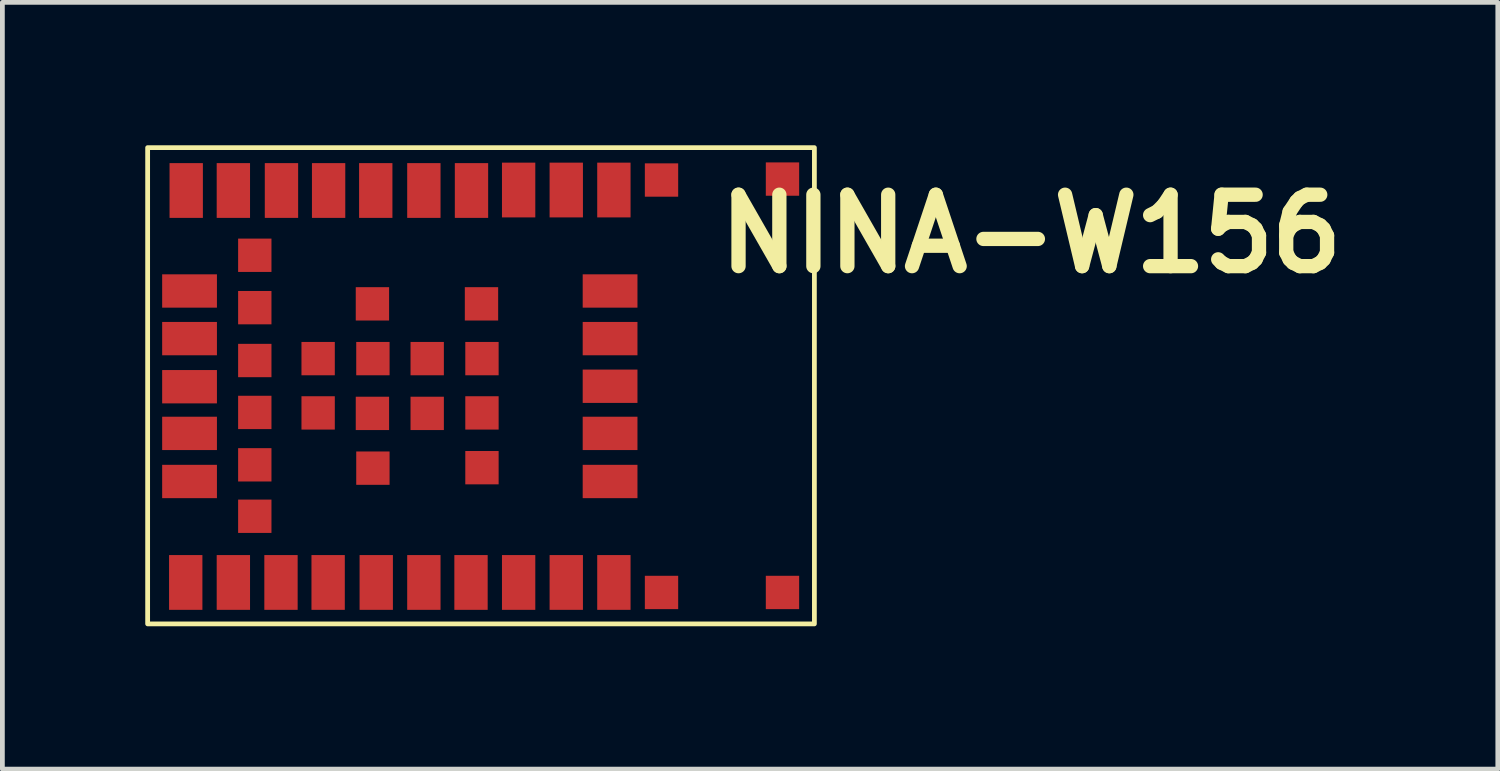
<source format=kicad_pcb>
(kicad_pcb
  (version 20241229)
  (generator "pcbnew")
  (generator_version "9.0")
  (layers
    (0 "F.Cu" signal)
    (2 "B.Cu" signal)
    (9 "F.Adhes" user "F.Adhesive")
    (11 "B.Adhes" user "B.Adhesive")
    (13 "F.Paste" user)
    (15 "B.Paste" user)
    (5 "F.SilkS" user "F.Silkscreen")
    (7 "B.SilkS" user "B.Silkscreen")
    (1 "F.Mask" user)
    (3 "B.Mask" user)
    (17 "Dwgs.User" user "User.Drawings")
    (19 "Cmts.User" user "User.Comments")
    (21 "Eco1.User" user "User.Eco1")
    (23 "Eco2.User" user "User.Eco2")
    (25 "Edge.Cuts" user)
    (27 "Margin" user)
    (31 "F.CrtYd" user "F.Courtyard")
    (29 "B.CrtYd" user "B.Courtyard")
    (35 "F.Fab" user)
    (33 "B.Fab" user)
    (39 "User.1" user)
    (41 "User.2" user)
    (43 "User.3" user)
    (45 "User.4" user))
  (footprint "NINA-W156"
    (layer "F.Cu")
    (at 7.04 5.04)
    (property "Reference" "NINA-W156" (at 11.56 -3.18 0) (layer "F.SilkS") (effects (font (size 1.5 1.5) (thickness 0.3))))
    (attr board_only exclude_from_pos_files exclude_from_bom)
    (fp_poly (pts (xy -4.82 4.131) (xy -4.82 4.741) (xy -5.192 4.741) (xy -5.563 4.741) (xy -5.556 4.138) (xy -5.549 3.576) (xy -5.509 3.576) (xy -5.509 4.132) (xy -5.509 4.688) (xy -5.191 4.688) (xy -4.873 4.688) (xy -4.873 4.132) (xy -4.873 3.576) (xy -5.191 3.576) (xy -5.509 3.576) (xy -5.549 3.576) (xy -5.549 3.536) (xy -5.185 3.529) (xy -4.82 3.521)) (stroke (width 0) (type solid)) (fill yes) (layer "F.Mask"))
    (fp_poly (pts (xy -4.748 -2.007) (xy -4.383 -2) (xy -4.376 -1.622) (xy -4.369 -1.245) (xy -4.74 -1.245) (xy -5.112 -1.245) (xy -5.112 -1.63) (xy -5.112 -1.96) (xy -5.059 -1.96) (xy -5.059 -1.629) (xy -5.059 -1.298) (xy -4.741 -1.298) (xy -4.423 -1.298) (xy -4.423 -1.629) (xy -4.423 -1.96) (xy -4.741 -1.96) (xy -5.059 -1.96) (xy -5.112 -1.96) (xy -5.112 -2.014)) (stroke (width 0) (type solid)) (fill yes) (layer "F.Mask"))
    (fp_poly (pts (xy -4.37 -2.728) (xy -4.37 -2.357) (xy -4.741 -2.357) (xy -5.112 -2.357) (xy -5.112 -2.728) (xy -5.112 -3.046) (xy -5.059 -3.046) (xy -5.059 -2.728) (xy -5.059 -2.41) (xy -4.741 -2.41) (xy -4.423 -2.41) (xy -4.423 -2.728) (xy -4.423 -3.046) (xy -4.741 -3.046) (xy -5.059 -3.046) (xy -5.112 -3.046) (xy -5.112 -3.099) (xy -4.741 -3.099) (xy -4.37 -3.099)) (stroke (width 0) (type solid)) (fill yes) (layer "F.Mask"))
    (fp_poly (pts (xy -4.37 -0.53) (xy -4.37 -0.159) (xy -4.741 -0.159) (xy -5.112 -0.159) (xy -5.112 -0.53) (xy -5.112 -0.848) (xy -5.059 -0.848) (xy -5.059 -0.53) (xy -5.059 -0.212) (xy -4.741 -0.212) (xy -4.423 -0.212) (xy -4.423 -0.53) (xy -4.423 -0.848) (xy -4.741 -0.848) (xy -5.059 -0.848) (xy -5.112 -0.848) (xy -5.112 -0.901) (xy -4.741 -0.901) (xy -4.37 -0.901)) (stroke (width 0) (type solid)) (fill yes) (layer "F.Mask"))
    (fp_poly (pts (xy -4.191 3.529) (xy -3.827 3.536) (xy -3.827 4.132) (xy -3.827 4.728) (xy -4.191 4.735) (xy -4.556 4.742) (xy -4.556 4.132) (xy -4.556 3.576) (xy -4.503 3.576) (xy -4.503 4.131) (xy -4.503 4.686) (xy -4.185 4.686) (xy -3.867 4.686) (xy -3.867 4.131) (xy -3.867 3.576) (xy -4.185 3.576) (xy -4.503 3.576) (xy -4.556 3.576) (xy -4.556 3.521)) (stroke (width 0) (type solid)) (fill yes) (layer "F.Mask"))
    (fp_poly (pts (xy -3.046 -0.556) (xy -3.046 -0.185) (xy -3.417 -0.185) (xy -3.787 -0.185) (xy -3.787 -0.556) (xy -3.787 -0.874) (xy -3.735 -0.874) (xy -3.735 -0.556) (xy -3.735 -0.238) (xy -3.417 -0.238) (xy -3.099 -0.238) (xy -3.099 -0.556) (xy -3.099 -0.874) (xy -3.417 -0.874) (xy -3.735 -0.874) (xy -3.787 -0.874) (xy -3.787 -0.927) (xy -3.417 -0.927) (xy -3.046 -0.927)) (stroke (width 0) (type solid)) (fill yes) (layer "F.Mask"))
    (fp_poly (pts (xy -2.271 -0.921) (xy -1.894 -0.914) (xy -1.894 -0.556) (xy -1.894 -0.199) (xy -2.271 -0.191) (xy -2.649 -0.184) (xy -2.649 -0.556) (xy -2.649 -0.874) (xy -2.596 -0.874) (xy -2.596 -0.556) (xy -2.596 -0.238) (xy -2.265 -0.238) (xy -1.933 -0.238) (xy -1.933 -0.556) (xy -1.933 -0.874) (xy -2.265 -0.874) (xy -2.596 -0.874) (xy -2.649 -0.874) (xy -2.649 -0.928)) (stroke (width 0) (type solid)) (fill yes) (layer "F.Mask"))
    (fp_poly (pts (xy -1.894 1.735) (xy -1.894 2.106) (xy -2.272 2.113) (xy -2.65 2.12) (xy -2.643 1.742) (xy -2.636 1.404) (xy -2.596 1.404) (xy -2.596 1.735) (xy -2.596 2.066) (xy -2.265 2.066) (xy -1.933 2.066) (xy -1.933 1.735) (xy -1.933 1.404) (xy -2.265 1.404) (xy -2.596 1.404) (xy -2.636 1.404) (xy -2.635 1.364) (xy -2.265 1.364) (xy -1.894 1.364)) (stroke (width 0) (type solid)) (fill yes) (layer "F.Mask"))
    (fp_poly (pts (xy -1.886 -1.702) (xy -1.894 -1.338) (xy -2.271 -1.33) (xy -2.649 -1.323) (xy -2.649 -1.694) (xy -2.649 -2.039) (xy -2.596 -2.039) (xy -2.596 -1.708) (xy -2.596 -1.377) (xy -2.265 -1.377) (xy -1.933 -1.377) (xy -1.933 -1.708) (xy -1.933 -2.039) (xy -2.265 -2.039) (xy -2.596 -2.039) (xy -2.649 -2.039) (xy -2.649 -2.066) (xy -2.264 -2.066) (xy -1.879 -2.066)) (stroke (width 0) (type solid)) (fill yes) (layer "F.Mask"))
    (fp_poly (pts (xy -1.886 0.589) (xy -1.879 0.953) (xy -2.265 0.953) (xy -2.65 0.953) (xy -2.643 0.589) (xy -2.636 0.265) (xy -2.596 0.265) (xy -2.596 0.596) (xy -2.596 0.927) (xy -2.265 0.927) (xy -1.933 0.927) (xy -1.933 0.596) (xy -1.933 0.265) (xy -2.265 0.265) (xy -2.596 0.265) (xy -2.636 0.265) (xy -2.635 0.225) (xy -2.265 0.225) (xy -1.894 0.225)) (stroke (width 0) (type solid)) (fill yes) (layer "F.Mask"))
    (fp_poly (pts (xy -1.828 -4.092) (xy -1.828 -3.496) (xy -2.198 -3.496) (xy -2.569 -3.496) (xy -2.569 -4.092) (xy -2.569 -4.635) (xy -2.516 -4.635) (xy -2.516 -4.092) (xy -2.516 -3.549) (xy -2.198 -3.549) (xy -1.881 -3.549) (xy -1.881 -4.092) (xy -1.881 -4.635) (xy -2.198 -4.635) (xy -2.516 -4.635) (xy -2.569 -4.635) (xy -2.569 -4.688) (xy -2.198 -4.688) (xy -1.828 -4.688)) (stroke (width 0) (type solid)) (fill yes) (layer "F.Mask"))
    (fp_poly (pts (xy -0.834 4.132) (xy -0.834 4.728) (xy -1.199 4.735) (xy -1.564 4.742) (xy -1.557 4.139) (xy -1.55 3.576) (xy -1.51 3.576) (xy -1.51 4.132) (xy -1.51 4.688) (xy -1.192 4.688) (xy -0.874 4.688) (xy -0.874 4.132) (xy -0.874 3.576) (xy -1.192 3.576) (xy -1.51 3.576) (xy -1.55 3.576) (xy -1.549 3.536) (xy -1.192 3.536) (xy -0.834 3.536)) (stroke (width 0) (type solid)) (fill yes) (layer "F.Mask"))
    (fp_poly (pts (xy -0.821 -4.092) (xy -0.821 -3.496) (xy -1.192 -3.496) (xy -1.563 -3.496) (xy -1.563 -4.092) (xy -1.563 -4.635) (xy -1.51 -4.635) (xy -1.51 -4.092) (xy -1.51 -3.549) (xy -1.192 -3.549) (xy -0.874 -3.549) (xy -0.874 -4.092) (xy -0.874 -4.635) (xy -1.192 -4.635) (xy -1.51 -4.635) (xy -1.563 -4.635) (xy -1.563 -4.688) (xy -1.192 -4.688) (xy -0.821 -4.688)) (stroke (width 0) (type solid)) (fill yes) (layer "F.Mask"))
    (fp_poly (pts (xy -0.742 -0.556) (xy -0.742 -0.185) (xy -1.112 -0.185) (xy -1.483 -0.185) (xy -1.483 -0.556) (xy -1.483 -0.874) (xy -1.457 -0.874) (xy -1.457 -0.556) (xy -1.457 -0.238) (xy -1.126 -0.238) (xy -0.795 -0.238) (xy -0.795 -0.556) (xy -0.795 -0.874) (xy -1.126 -0.874) (xy -1.457 -0.874) (xy -1.483 -0.874) (xy -1.483 -0.927) (xy -1.112 -0.927) (xy -0.742 -0.927)) (stroke (width 0) (type solid)) (fill yes) (layer "F.Mask"))
    (fp_poly (pts (xy 0.397 -0.556) (xy 0.397 -0.185) (xy 0.026 -0.185) (xy -0.344 -0.185) (xy -0.344 -0.556) (xy -0.344 -0.874) (xy -0.291 -0.874) (xy -0.291 -0.556) (xy -0.291 -0.238) (xy 0.026 -0.238) (xy 0.344 -0.238) (xy 0.344 -0.556) (xy 0.344 -0.874) (xy 0.026 -0.874) (xy -0.291 -0.874) (xy -0.344 -0.874) (xy -0.344 -0.927) (xy 0.026 -0.927) (xy 0.397 -0.927)) (stroke (width 0) (type solid)) (fill yes) (layer "F.Mask"))
    (fp_poly (pts (xy 1.165 -4.092) (xy 1.165 -3.496) (xy 0.795 -3.496) (xy 0.424 -3.496) (xy 0.424 -4.092) (xy 0.424 -4.635) (xy 0.477 -4.635) (xy 0.477 -4.092) (xy 0.477 -3.549) (xy 0.808 -3.549) (xy 1.139 -3.549) (xy 1.139 -4.092) (xy 1.139 -4.635) (xy 0.808 -4.635) (xy 0.477 -4.635) (xy 0.424 -4.635) (xy 0.424 -4.688) (xy 0.795 -4.688) (xy 1.165 -4.688)) (stroke (width 0) (type solid)) (fill yes) (layer "F.Mask"))
    (fp_poly (pts (xy 2.166 4.138) (xy 2.173 4.741) (xy 1.801 4.741) (xy 1.429 4.741) (xy 1.436 4.138) (xy 1.443 3.576) (xy 1.483 3.576) (xy 1.483 4.132) (xy 1.483 4.688) (xy 1.801 4.688) (xy 2.119 4.688) (xy 2.119 4.132) (xy 2.119 3.576) (xy 1.801 3.576) (xy 1.483 3.576) (xy 1.443 3.576) (xy 1.443 3.536) (xy 1.801 3.536) (xy 2.159 3.536)) (stroke (width 0) (type solid)) (fill yes) (layer "F.Mask"))
    (fp_poly (pts (xy 2.801 3.529) (xy 3.165 3.536) (xy 3.165 4.132) (xy 3.165 4.728) (xy 2.801 4.735) (xy 2.437 4.742) (xy 2.437 4.132) (xy 2.437 3.576) (xy 2.463 3.576) (xy 2.463 4.132) (xy 2.463 4.688) (xy 2.794 4.688) (xy 3.125 4.688) (xy 3.125 4.132) (xy 3.125 3.576) (xy 2.794 3.576) (xy 2.463 3.576) (xy 2.437 3.576) (xy 2.437 3.521)) (stroke (width 0) (type solid)) (fill yes) (layer "F.Mask"))
    (fp_poly (pts (xy 3.178 -4.092) (xy 3.178 -3.496) (xy 2.808 -3.496) (xy 2.437 -3.496) (xy 2.437 -4.092) (xy 2.437 -4.635) (xy 2.463 -4.635) (xy 2.463 -4.092) (xy 2.463 -3.549) (xy 2.794 -3.549) (xy 3.125 -3.549) (xy 3.125 -4.092) (xy 3.125 -4.635) (xy 2.794 -4.635) (xy 2.463 -4.635) (xy 2.437 -4.635) (xy 2.437 -4.688) (xy 2.808 -4.688) (xy 3.178 -4.688)) (stroke (width 0) (type solid)) (fill yes) (layer "F.Mask"))
    (fp_poly (pts (xy 3.311 1.006) (xy 3.311 1.377) (xy 2.714 1.377) (xy 2.117 1.377) (xy 2.125 1.013) (xy 2.131 0.689) (xy 2.172 0.689) (xy 2.172 1.02) (xy 2.172 1.352) (xy 2.721 1.345) (xy 3.271 1.338) (xy 3.278 1.013) (xy 3.286 0.689) (xy 2.729 0.689) (xy 2.172 0.689) (xy 2.131 0.689) (xy 2.132 0.649) (xy 2.721 0.642) (xy 3.311 0.635)) (stroke (width 0) (type solid)) (fill yes) (layer "F.Mask"))
    (fp_poly (pts (xy 3.311 2.013) (xy 3.311 2.384) (xy 2.715 2.384) (xy 2.119 2.384) (xy 2.119 2.013) (xy 2.119 1.695) (xy 2.172 1.695) (xy 2.172 2.013) (xy 2.172 2.331) (xy 2.728 2.331) (xy 3.284 2.331) (xy 3.284 2.013) (xy 3.284 1.695) (xy 2.728 1.695) (xy 2.172 1.695) (xy 2.119 1.695) (xy 2.119 1.642) (xy 2.715 1.642) (xy 3.311 1.642)) (stroke (width 0) (type solid)) (fill yes) (layer "F.Mask"))
    (fp_poly (pts (xy -5.509 -0.98) (xy -5.509 -0.609) (xy -6.103 -0.609) (xy -6.697 -0.609) (xy -6.705 -0.795) (xy -6.709 -0.927) (xy -6.708 -1.074) (xy -6.705 -1.165) (xy -6.699 -1.298) (xy -6.672 -1.298) (xy -6.672 -0.98) (xy -6.672 -0.662) (xy -6.117 -0.662) (xy -5.562 -0.662) (xy -5.562 -0.98) (xy -5.562 -1.298) (xy -6.117 -1.298) (xy -6.672 -1.298) (xy -6.699 -1.298) (xy -6.697 -1.351) (xy -6.103 -1.351) (xy -5.509 -1.351)) (stroke (width 0) (type solid)) (fill yes) (layer "F.Mask"))
    (fp_poly (pts (xy -5.505 -0.159) (xy -5.501 -0.026) (xy -5.502 0.12) (xy -5.505 0.212) (xy -5.513 0.397) (xy -6.107 0.397) (xy -6.701 0.397) (xy -6.701 0.344) (xy -6.673 0.344) (xy -6.118 0.344) (xy -5.562 0.344) (xy -5.562 0.013) (xy -5.562 -0.319) (xy -6.112 -0.312) (xy -6.661 -0.305) (xy -6.667 0.02) (xy -6.673 0.344) (xy -6.701 0.344) (xy -6.701 0.026) (xy -6.701 -0.344) (xy -6.107 -0.344) (xy -5.513 -0.344)) (stroke (width 0) (type solid)) (fill yes) (layer "F.Mask"))
    (fp_poly (pts (xy -4.82 -4.092) (xy -4.82 -3.496) (xy -5.191 -3.496) (xy -5.562 -3.496) (xy -5.562 -3.549) (xy -5.509 -3.549) (xy -5.191 -3.549) (xy -4.873 -3.549) (xy -4.873 -4.089) (xy -4.873 -4.628) (xy -5.013 -4.64) (xy -5.117 -4.644) (xy -5.243 -4.644) (xy -5.331 -4.64) (xy -5.509 -4.629) (xy -5.509 -4.089) (xy -5.509 -3.549) (xy -5.562 -3.549) (xy -5.562 -4.092) (xy -5.562 -4.688) (xy -5.191 -4.688) (xy -4.82 -4.688)) (stroke (width 0) (type solid)) (fill yes) (layer "F.Mask"))
    (fp_poly (pts (xy -4.366 1.483) (xy -4.362 1.616) (xy -4.363 1.762) (xy -4.366 1.854) (xy -4.375 2.039) (xy -4.743 2.039) (xy -5.112 2.039) (xy -5.112 1.669) (xy -5.112 1.351) (xy -5.059 1.351) (xy -5.059 1.669) (xy -5.059 1.986) (xy -4.741 1.986) (xy -4.423 1.986) (xy -4.423 1.669) (xy -4.423 1.351) (xy -4.741 1.351) (xy -5.059 1.351) (xy -5.112 1.351) (xy -5.112 1.298) (xy -4.743 1.298) (xy -4.375 1.298)) (stroke (width 0) (type solid)) (fill yes) (layer "F.Mask"))
    (fp_poly (pts (xy -4.366 2.576) (xy -4.362 2.707) (xy -4.362 2.85) (xy -4.365 2.947) (xy -4.373 3.125) (xy -4.742 3.125) (xy -5.112 3.125) (xy -5.112 2.755) (xy -5.112 2.437) (xy -5.059 2.437) (xy -5.059 2.755) (xy -5.059 3.072) (xy -4.741 3.072) (xy -4.423 3.072) (xy -4.423 2.755) (xy -4.423 2.437) (xy -4.741 2.437) (xy -5.059 2.437) (xy -5.112 2.437) (xy -5.112 2.384) (xy -4.743 2.384) (xy -4.374 2.384)) (stroke (width 0) (type solid)) (fill yes) (layer "F.Mask"))
    (fp_poly (pts (xy 3.315 -1.165) (xy 3.319 -1.033) (xy 3.318 -0.886) (xy 3.315 -0.795) (xy 3.306 -0.609) (xy 2.713 -0.609) (xy 2.119 -0.609) (xy 2.119 -0.98) (xy 2.119 -1.298) (xy 2.172 -1.298) (xy 2.172 -0.98) (xy 2.172 -0.662) (xy 2.728 -0.662) (xy 3.284 -0.662) (xy 3.284 -0.98) (xy 3.284 -1.298) (xy 2.728 -1.298) (xy 2.172 -1.298) (xy 2.119 -1.298) (xy 2.119 -1.351) (xy 2.713 -1.351) (xy 3.306 -1.351)) (stroke (width 0) (type solid)) (fill yes) (layer "F.Mask"))
    (fp_poly (pts (xy 3.318 -2.152) (xy 3.315 -2.023) (xy 3.313 -1.887) (xy 3.312 -1.781) (xy 3.311 -1.616) (xy 2.715 -1.616) (xy 2.119 -1.616) (xy 2.119 -1.986) (xy 2.119 -2.304) (xy 2.172 -2.304) (xy 2.172 -1.973) (xy 2.172 -1.642) (xy 2.727 -1.642) (xy 3.282 -1.642) (xy 3.282 -1.973) (xy 3.282 -2.304) (xy 2.727 -2.304) (xy 2.172 -2.304) (xy 2.119 -2.304) (xy 2.119 -2.357) (xy 2.721 -2.357) (xy 3.324 -2.357)) (stroke (width 0) (type solid)) (fill yes) (layer "F.Mask"))
    (fp_poly (pts (xy 3.893 -4.696) (xy 3.993 -4.693) (xy 4.186 -4.686) (xy 4.179 -4.323) (xy 4.172 -3.96) (xy 3.794 -3.952) (xy 3.417 -3.945) (xy 3.417 -4.314) (xy 3.417 -4.635) (xy 3.47 -4.635) (xy 3.47 -4.317) (xy 3.47 -3.999) (xy 3.801 -3.999) (xy 4.132 -3.999) (xy 4.132 -4.317) (xy 4.132 -4.635) (xy 3.801 -4.635) (xy 3.47 -4.635) (xy 3.417 -4.635) (xy 3.417 -4.684) (xy 3.609 -4.693) (xy 3.743 -4.696)) (stroke (width 0) (type solid)) (fill yes) (layer "F.Mask"))
    (fp_poly (pts (xy -5.509 -1.986) (xy -5.509 -1.616) (xy -6.103 -1.616) (xy -6.697 -1.616) (xy -6.706 -1.834) (xy -6.709 -1.962) (xy -6.709 -2.093) (xy -6.707 -2.199) (xy -6.706 -2.205) (xy -6.701 -2.304) (xy -6.674 -2.304) (xy -6.674 -1.973) (xy -6.674 -1.642) (xy -6.118 -1.642) (xy -5.562 -1.642) (xy -5.562 -1.973) (xy -5.562 -2.304) (xy -6.118 -2.304) (xy -6.674 -2.304) (xy -6.701 -2.304) (xy -6.698 -2.357) (xy -6.104 -2.357) (xy -5.509 -2.357)) (stroke (width 0) (type solid)) (fill yes) (layer "F.Mask"))
    (fp_poly (pts (xy -3.046 0.583) (xy -3.046 0.953) (xy -3.203 0.953) (xy -3.293 0.955) (xy -3.365 0.958) (xy -3.395 0.961) (xy -3.438 0.964) (xy -3.517 0.964) (xy -3.609 0.96) (xy -3.787 0.951) (xy -3.787 0.581) (xy -3.787 0.265) (xy -3.735 0.265) (xy -3.735 0.596) (xy -3.735 0.927) (xy -3.417 0.927) (xy -3.099 0.927) (xy -3.099 0.596) (xy -3.099 0.265) (xy -3.417 0.265) (xy -3.735 0.265) (xy -3.787 0.265) (xy -3.787 0.212) (xy -3.417 0.212) (xy -3.046 0.212)) (stroke (width 0) (type solid)) (fill yes) (layer "F.Mask"))
    (fp_poly (pts (xy 0.397 1.549) (xy 0.403 1.68) (xy 0.404 1.827) (xy 0.402 1.925) (xy 0.393 2.115) (xy 0.203 2.123) (xy 0.072 2.127) (xy -0.071 2.127) (xy -0.166 2.124) (xy -0.346 2.116) (xy -0.338 1.74) (xy -0.332 1.404) (xy -0.291 1.404) (xy -0.291 1.733) (xy -0.291 2.063) (xy 0.026 2.063) (xy 0.342 2.063) (xy 0.342 1.733) (xy 0.342 1.404) (xy 0.026 1.404) (xy -0.291 1.404) (xy -0.332 1.404) (xy -0.331 1.364) (xy 0.026 1.364) (xy 0.384 1.364)) (stroke (width 0) (type solid)) (fill yes) (layer "F.Mask"))
    (fp_poly (pts (xy -5.509 1.006) (xy -5.509 1.377) (xy -6.105 1.377) (xy -6.701 1.377) (xy -6.701 1.006) (xy -6.701 0.689) (xy -6.674 0.689) (xy -6.674 1.002) (xy -6.673 1.126) (xy -6.669 1.23) (xy -6.664 1.303) (xy -6.657 1.333) (xy -6.626 1.338) (xy -6.551 1.343) (xy -6.439 1.347) (xy -6.298 1.35) (xy -6.138 1.351) (xy -6.101 1.351) (xy -5.562 1.351) (xy -5.562 1.02) (xy -5.562 0.689) (xy -6.118 0.689) (xy -6.674 0.689) (xy -6.701 0.689) (xy -6.701 0.636) (xy -6.105 0.636) (xy -5.509 0.636)) (stroke (width 0) (type solid)) (fill yes) (layer "F.Mask"))
    (fp_poly (pts (xy -4.74 0.189) (xy -4.369 0.195) (xy -4.376 0.568) (xy -4.383 0.94) (xy -4.729 0.948) (xy -4.86 0.949) (xy -4.97 0.948) (xy -5.051 0.944) (xy -5.091 0.938) (xy -5.093 0.937) (xy -5.1 0.905) (xy -5.106 0.83) (xy -5.11 0.723) (xy -5.112 0.593) (xy -5.112 0.55) (xy -5.112 0.238) (xy -5.059 0.238) (xy -5.059 0.569) (xy -5.059 0.901) (xy -4.741 0.901) (xy -4.423 0.901) (xy -4.423 0.569) (xy -4.423 0.238) (xy -4.741 0.238) (xy -5.059 0.238) (xy -5.112 0.238) (xy -5.112 0.182)) (stroke (width 0) (type solid)) (fill yes) (layer "F.Mask"))
    (fp_poly (pts (xy 0.397 0.382) (xy 0.403 0.491) (xy 0.418 0.554) (xy 0.43 0.567) (xy 0.45 0.585) (xy 0.43 0.598) (xy 0.41 0.635) (xy 0.399 0.721) (xy 0.397 0.784) (xy 0.397 0.953) (xy 0.026 0.953) (xy -0.344 0.953) (xy -0.344 0.583) (xy -0.344 0.265) (xy -0.291 0.265) (xy -0.291 0.596) (xy -0.291 0.927) (xy 0.026 0.927) (xy 0.344 0.927) (xy 0.344 0.596) (xy 0.344 0.265) (xy 0.026 0.265) (xy -0.291 0.265) (xy -0.344 0.265) (xy -0.344 0.212) (xy 0.026 0.212) (xy 0.397 0.212)) (stroke (width 0) (type solid)) (fill yes) (layer "F.Mask"))
    (fp_poly (pts (xy 2.068 -4.692) (xy 2.14 -4.684) (xy 2.163 -4.674) (xy 2.165 -4.641) (xy 2.167 -4.562) (xy 2.168 -4.447) (xy 2.168 -4.303) (xy 2.167 -4.138) (xy 2.166 -4.065) (xy 2.159 -3.483) (xy 1.794 -3.49) (xy 1.43 -3.498) (xy 1.43 -4.091) (xy 1.43 -4.635) (xy 1.483 -4.635) (xy 1.483 -4.092) (xy 1.483 -3.549) (xy 1.801 -3.549) (xy 2.119 -3.549) (xy 2.119 -4.092) (xy 2.119 -4.635) (xy 1.801 -4.635) (xy 1.483 -4.635) (xy 1.43 -4.635) (xy 1.43 -4.685) (xy 1.791 -4.693) (xy 1.951 -4.695)) (stroke (width 0) (type solid)) (fill yes) (layer "F.Mask"))
    (fp_poly (pts (xy 4.172 4.357) (xy 4.172 4.728) (xy 3.807 4.735) (xy 3.653 4.737) (xy 3.546 4.735) (xy 3.477 4.73) (xy 3.44 4.719) (xy 3.429 4.707) (xy 3.424 4.669) (xy 3.421 4.588) (xy 3.421 4.477) (xy 3.422 4.347) (xy 3.422 4.329) (xy 3.429 4.026) (xy 3.47 4.026) (xy 3.47 4.357) (xy 3.47 4.688) (xy 3.801 4.688) (xy 4.132 4.688) (xy 4.132 4.357) (xy 4.132 4.026) (xy 3.801 4.026) (xy 3.47 4.026) (xy 3.429 4.026) (xy 3.43 3.986) (xy 3.801 3.986) (xy 4.172 3.986)) (stroke (width 0) (type solid)) (fill yes) (layer "F.Mask"))
    (fp_poly (pts (xy 6.714 4.357) (xy 6.714 4.728) (xy 6.349 4.735) (xy 6.196 4.737) (xy 6.089 4.735) (xy 6.02 4.73) (xy 5.983 4.719) (xy 5.971 4.707) (xy 5.967 4.669) (xy 5.964 4.588) (xy 5.963 4.477) (xy 5.965 4.347) (xy 5.965 4.329) (xy 5.972 4.026) (xy 6.012 4.026) (xy 6.012 4.357) (xy 6.012 4.688) (xy 6.343 4.688) (xy 6.674 4.688) (xy 6.674 4.357) (xy 6.674 4.026) (xy 6.343 4.026) (xy 6.012 4.026) (xy 5.972 4.026) (xy 5.973 3.986) (xy 6.343 3.986) (xy 6.714 3.986)) (stroke (width 0) (type solid)) (fill yes) (layer "F.Mask"))
    (fp_poly (pts (xy 6.727 -4.317) (xy 6.727 -3.946) (xy 6.361 -3.946) (xy 6.227 -3.948) (xy 6.112 -3.951) (xy 6.027 -3.956) (xy 5.981 -3.962) (xy 5.977 -3.964) (xy 5.97 -3.996) (xy 5.965 -4.07) (xy 5.961 -4.176) (xy 5.959 -4.305) (xy 5.959 -4.335) (xy 5.959 -4.635) (xy 6.012 -4.635) (xy 6.012 -4.317) (xy 6.012 -3.999) (xy 6.343 -3.999) (xy 6.674 -3.999) (xy 6.674 -4.317) (xy 6.674 -4.635) (xy 6.343 -4.635) (xy 6.012 -4.635) (xy 5.959 -4.635) (xy 5.959 -4.688) (xy 6.343 -4.688) (xy 6.727 -4.688)) (stroke (width 0) (type solid)) (fill yes) (layer "F.Mask"))
    (fp_poly (pts (xy -6.313 -4.692) (xy -6.178 -4.688) (xy -5.814 -4.675) (xy -5.814 -4.092) (xy -5.814 -3.509) (xy -6.191 -3.502) (xy -6.569 -3.495) (xy -6.569 -4.063) (xy -6.568 -4.232) (xy -6.566 -4.385) (xy -6.564 -4.513) (xy -6.56 -4.607) (xy -6.558 -4.635) (xy -6.516 -4.635) (xy -6.516 -4.092) (xy -6.516 -3.549) (xy -6.184 -3.549) (xy -5.853 -3.549) (xy -5.853 -4.092) (xy -5.853 -4.635) (xy -6.184 -4.635) (xy -6.516 -4.635) (xy -6.558 -4.635) (xy -6.556 -4.659) (xy -6.555 -4.666) (xy -6.539 -4.68) (xy -6.498 -4.689) (xy -6.425 -4.693)) (stroke (width 0) (type solid)) (fill yes) (layer "F.Mask"))
    (fp_poly (pts (xy -2.821 4.132) (xy -2.821 4.728) (xy -3.185 4.735) (xy -3.34 4.737) (xy -3.448 4.735) (xy -3.517 4.729) (xy -3.554 4.718) (xy -3.563 4.708) (xy -3.567 4.672) (xy -3.57 4.592) (xy -3.571 4.475) (xy -3.571 4.33) (xy -3.57 4.165) (xy -3.57 4.105) (xy -3.563 3.576) (xy -3.523 3.576) (xy -3.523 4.131) (xy -3.523 4.686) (xy -3.192 4.686) (xy -2.86 4.686) (xy -2.86 4.131) (xy -2.86 3.576) (xy -3.192 3.576) (xy -3.523 3.576) (xy -3.563 3.576) (xy -3.562 3.536) (xy -3.192 3.536) (xy -2.821 3.536)) (stroke (width 0) (type solid)) (fill yes) (layer "F.Mask"))
    (fp_poly (pts (xy -2.814 -4.099) (xy -2.821 -3.509) (xy -3.18 -3.502) (xy -3.313 -3.501) (xy -3.426 -3.502) (xy -3.51 -3.506) (xy -3.554 -3.511) (xy -3.557 -3.513) (xy -3.563 -3.544) (xy -3.567 -3.62) (xy -3.571 -3.733) (xy -3.574 -3.875) (xy -3.575 -4.038) (xy -3.576 -4.11) (xy -3.576 -4.635) (xy -3.523 -4.635) (xy -3.523 -4.092) (xy -3.523 -3.549) (xy -3.192 -3.549) (xy -2.86 -3.549) (xy -2.86 -4.092) (xy -2.86 -4.635) (xy -3.192 -4.635) (xy -3.523 -4.635) (xy -3.576 -4.635) (xy -3.576 -4.688) (xy -3.191 -4.688) (xy -2.806 -4.688)) (stroke (width 0) (type solid)) (fill yes) (layer "F.Mask"))
    (fp_poly (pts (xy -1.828 4.131) (xy -1.828 4.741) (xy -2.186 4.741) (xy -2.342 4.74) (xy -2.451 4.735) (xy -2.519 4.726) (xy -2.553 4.714) (xy -2.557 4.707) (xy -2.561 4.672) (xy -2.563 4.591) (xy -2.565 4.475) (xy -2.565 4.33) (xy -2.564 4.165) (xy -2.563 4.105) (xy -2.556 3.576) (xy -2.516 3.576) (xy -2.516 4.132) (xy -2.516 4.688) (xy -2.198 4.688) (xy -1.881 4.688) (xy -1.881 4.132) (xy -1.881 3.576) (xy -2.198 3.576) (xy -2.516 3.576) (xy -2.556 3.576) (xy -2.556 3.536) (xy -2.192 3.529) (xy -1.828 3.521)) (stroke (width 0) (type solid)) (fill yes) (layer "F.Mask"))
    (fp_poly (pts (xy 0.172 4.132) (xy 0.172 4.728) (xy -0.193 4.735) (xy -0.347 4.737) (xy -0.455 4.735) (xy -0.524 4.729) (xy -0.561 4.718) (xy -0.571 4.708) (xy -0.574 4.672) (xy -0.577 4.592) (xy -0.578 4.475) (xy -0.578 4.33) (xy -0.577 4.165) (xy -0.577 4.105) (xy -0.57 3.576) (xy -0.53 3.576) (xy -0.53 4.132) (xy -0.53 4.688) (xy -0.199 4.688) (xy 0.132 4.688) (xy 0.132 4.132) (xy 0.132 3.576) (xy -0.199 3.576) (xy -0.53 3.576) (xy -0.57 3.576) (xy -0.569 3.536) (xy -0.199 3.536) (xy 0.172 3.536)) (stroke (width 0) (type solid)) (fill yes) (layer "F.Mask"))
    (fp_poly (pts (xy 0.185 -4.093) (xy 0.185 -3.496) (xy -0.186 -3.496) (xy -0.345 -3.498) (xy -0.457 -3.502) (xy -0.528 -3.51) (xy -0.564 -3.522) (xy -0.571 -3.53) (xy -0.574 -3.566) (xy -0.577 -3.646) (xy -0.578 -3.762) (xy -0.578 -3.906) (xy -0.577 -4.07) (xy -0.577 -4.119) (xy -0.57 -4.635) (xy -0.53 -4.635) (xy -0.53 -4.092) (xy -0.53 -3.549) (xy -0.199 -3.549) (xy 0.132 -3.549) (xy 0.132 -4.092) (xy 0.132 -4.635) (xy -0.199 -4.635) (xy -0.53 -4.635) (xy -0.57 -4.635) (xy -0.569 -4.675) (xy -0.192 -4.682) (xy 0.185 -4.689)) (stroke (width 0) (type solid)) (fill yes) (layer "F.Mask"))
    (fp_poly (pts (xy 1.165 4.131) (xy 1.165 4.741) (xy 0.807 4.741) (xy 0.651 4.74) (xy 0.542 4.735) (xy 0.473 4.726) (xy 0.44 4.714) (xy 0.436 4.707) (xy 0.432 4.672) (xy 0.43 4.591) (xy 0.428 4.475) (xy 0.428 4.33) (xy 0.429 4.165) (xy 0.43 4.105) (xy 0.437 3.576) (xy 0.477 3.576) (xy 0.477 4.132) (xy 0.477 4.688) (xy 0.808 4.688) (xy 1.139 4.688) (xy 1.139 4.132) (xy 1.139 3.576) (xy 0.808 3.576) (xy 0.477 3.576) (xy 0.437 3.576) (xy 0.437 3.536) (xy 0.801 3.529) (xy 1.165 3.521)) (stroke (width 0) (type solid)) (fill yes) (layer "F.Mask"))
    (fp_poly (pts (xy -6.977 3.086) (xy -6.973 3.12) (xy -6.97 3.199) (xy -6.967 3.316) (xy -6.964 3.462) (xy -6.962 3.631) (xy -6.961 3.816) (xy -6.96 4.009) (xy -6.959 4.204) (xy -6.96 4.393) (xy -6.96 4.569) (xy -6.962 4.724) (xy -6.964 4.852) (xy -6.967 4.946) (xy -6.97 4.998) (xy -6.972 5.006) (xy -6.977 4.98) (xy -6.981 4.908) (xy -6.984 4.794) (xy -6.987 4.644) (xy -6.989 4.466) (xy -6.99 4.263) (xy -6.99 4.042) (xy -6.99 4.032) (xy -6.989 3.813) (xy -6.988 3.612) (xy -6.987 3.435) (xy -6.985 3.288) (xy -6.982 3.177) (xy -6.98 3.108) (xy -6.977 3.085)) (stroke (width 0) (type solid)) (fill yes) (layer "F.Mask"))
    (fp_poly (pts (xy -4.054 -4.687) (xy -3.952 -4.684) (xy -3.887 -4.677) (xy -3.849 -4.666) (xy -3.832 -4.65) (xy -3.83 -4.646) (xy -3.823 -4.599) (xy -3.818 -4.51) (xy -3.815 -4.389) (xy -3.815 -4.247) (xy -3.817 -4.094) (xy -3.821 -3.941) (xy -3.827 -3.798) (xy -3.831 -3.739) (xy -3.848 -3.496) (xy -4.202 -3.496) (xy -4.556 -3.496) (xy -4.556 -4.092) (xy -4.556 -4.635) (xy -4.503 -4.635) (xy -4.503 -4.092) (xy -4.503 -3.549) (xy -4.185 -3.549) (xy -3.867 -3.549) (xy -3.867 -4.092) (xy -3.867 -4.635) (xy -4.185 -4.635) (xy -4.503 -4.635) (xy -4.556 -4.635) (xy -4.556 -4.688) (xy -4.201 -4.688)) (stroke (width 0) (type solid)) (fill yes) (layer "F.Mask"))
    (fp_poly (pts (xy -0.742 0.583) (xy -0.742 0.953) (xy -0.898 0.953) (xy -0.989 0.955) (xy -1.061 0.958) (xy -1.09 0.961) (xy -1.134 0.964) (xy -1.212 0.964) (xy -1.304 0.96) (xy -1.483 0.951) (xy -1.483 0.581) (xy -1.483 0.265) (xy -1.457 0.265) (xy -1.457 0.578) (xy -1.455 0.702) (xy -1.452 0.806) (xy -1.447 0.878) (xy -1.441 0.908) (xy -1.409 0.914) (xy -1.336 0.919) (xy -1.232 0.923) (xy -1.109 0.924) (xy -0.795 0.924) (xy -0.795 0.594) (xy -0.795 0.265) (xy -1.126 0.265) (xy -1.457 0.265) (xy -1.483 0.265) (xy -1.483 0.212) (xy -1.112 0.212) (xy -0.742 0.212)) (stroke (width 0) (type solid)) (fill yes) (layer "F.Mask"))
    (fp_poly (pts (xy 0.387 -2.057) (xy 0.395 -1.992) (xy 0.399 -1.88) (xy 0.399 -1.728) (xy 0.399 -1.566) (xy 0.404 -1.453) (xy 0.413 -1.39) (xy 0.422 -1.377) (xy 0.449 -1.358) (xy 0.45 -1.351) (xy 0.425 -1.34) (xy 0.35 -1.332) (xy 0.232 -1.326) (xy 0.075 -1.324) (xy 0.053 -1.324) (xy -0.344 -1.324) (xy -0.344 -1.695) (xy -0.344 -2.039) (xy -0.291 -2.039) (xy -0.291 -1.708) (xy -0.291 -1.377) (xy 0.026 -1.377) (xy 0.344 -1.377) (xy 0.344 -1.708) (xy 0.344 -2.039) (xy 0.026 -2.039) (xy -0.291 -2.039) (xy -0.344 -2.039) (xy -0.344 -2.066) (xy 0 -2.07) (xy 0.131 -2.072) (xy 0.244 -2.073) (xy 0.328 -2.075) (xy 0.371 -2.076) (xy 0.374 -2.076)) (stroke (width 0) (type solid)) (fill yes) (layer "F.Mask"))
    (fp_poly (pts (xy 3.311 -0.172) (xy 3.315 -0.066) (xy 3.329 -0.01) (xy 3.343 0) (xy 3.361 0.008) (xy 3.343 0.032) (xy 3.325 0.075) (xy 3.314 0.154) (xy 3.311 0.23) (xy 3.311 0.397) (xy 2.73 0.397) (xy 2.56 0.396) (xy 2.408 0.394) (xy 2.283 0.39) (xy 2.192 0.386) (xy 2.143 0.38) (xy 2.137 0.377) (xy 2.133 0.345) (xy 2.129 0.27) (xy 2.127 0.163) (xy 2.126 0.034) (xy 2.126 0.007) (xy 2.125 -0.318) (xy 2.174 -0.318) (xy 2.175 0.013) (xy 2.175 0.344) (xy 2.729 0.344) (xy 3.282 0.344) (xy 3.282 0.013) (xy 3.282 -0.318) (xy 2.728 -0.318) (xy 2.174 -0.318) (xy 2.125 -0.318) (xy 2.125 -0.344) (xy 2.718 -0.344) (xy 3.311 -0.344)) (stroke (width 0) (type solid)) (fill yes) (layer "F.Mask"))
    (fp_poly (pts (xy -5.509 2.011) (xy -5.51 2.145) (xy -5.514 2.259) (xy -5.52 2.342) (xy -5.526 2.385) (xy -5.529 2.389) (xy -5.56 2.391) (xy -5.636 2.392) (xy -5.75 2.393) (xy -5.893 2.392) (xy -6.058 2.391) (xy -6.141 2.39) (xy -6.334 2.387) (xy -6.479 2.384) (xy -6.585 2.38) (xy -6.655 2.375) (xy -6.696 2.367) (xy -6.715 2.357) (xy -6.718 2.344) (xy -6.717 2.341) (xy -6.711 2.3) (xy -6.706 2.217) (xy -6.702 2.105) (xy -6.701 1.976) (xy -6.701 1.971) (xy -6.701 1.695) (xy -6.674 1.695) (xy -6.674 2.013) (xy -6.674 2.331) (xy -6.118 2.331) (xy -5.562 2.331) (xy -5.562 2.013) (xy -5.562 1.695) (xy -6.118 1.695) (xy -6.674 1.695) (xy -6.701 1.695) (xy -6.701 1.642) (xy -6.105 1.642) (xy -5.509 1.642)) (stroke (width 0) (type solid)) (fill yes) (layer "F.Mask"))
    (fp_poly (pts (xy -6.029 3.524) (xy -5.93 3.527) (xy -5.868 3.534) (xy -5.833 3.546) (xy -5.817 3.563) (xy -5.816 3.565) (xy -5.812 3.603) (xy -5.807 3.685) (xy -5.804 3.804) (xy -5.802 3.949) (xy -5.8 4.114) (xy -5.8 4.157) (xy -5.799 4.348) (xy -5.8 4.492) (xy -5.806 4.596) (xy -5.822 4.667) (xy -5.853 4.71) (xy -5.904 4.733) (xy -5.978 4.741) (xy -6.081 4.742) (xy -6.214 4.741) (xy -6.361 4.738) (xy -6.461 4.731) (xy -6.519 4.718) (xy -6.538 4.706) (xy -6.548 4.667) (xy -6.558 4.578) (xy -6.565 4.444) (xy -6.571 4.269) (xy -6.574 4.111) (xy -6.576 3.917) (xy -6.576 3.771) (xy -6.573 3.665) (xy -6.568 3.595) (xy -6.564 3.576) (xy -6.516 3.576) (xy -6.516 4.132) (xy -6.516 4.688) (xy -6.184 4.688) (xy -5.853 4.688) (xy -5.853 4.132) (xy -5.853 3.576) (xy -6.184 3.576) (xy -6.516 3.576) (xy -6.564 3.576) (xy -6.56 3.554) (xy -6.548 3.537) (xy -6.546 3.536) (xy -6.508 3.531) (xy -6.427 3.527) (xy -6.317 3.524) (xy -6.187 3.523) (xy -6.172 3.523)) (stroke (width 0) (type solid)) (fill yes) (layer "F.Mask"))
    (fp_poly (pts (xy 7.019 0.013) (xy 7.019 5.006) (xy 0.159 5.006) (xy -0.44 5.006) (xy -1.025 5.006) (xy -1.594 5.005) (xy -2.145 5.005) (xy -2.675 5.004) (xy -3.182 5.003) (xy -3.664 5.002) (xy -4.119 5.001) (xy -4.544 5) (xy -4.938 4.999) (xy -5.299 4.998) (xy -5.623 4.997) (xy -5.909 4.995) (xy -6.154 4.994) (xy -6.357 4.992) (xy -6.515 4.991) (xy -6.626 4.989) (xy -6.688 4.987) (xy -6.701 4.986) (xy -6.675 4.984) (xy -6.598 4.983) (xy -6.473 4.981) (xy -6.301 4.98) (xy -6.085 4.978) (xy -5.827 4.977) (xy -5.529 4.976) (xy -5.194 4.975) (xy -4.824 4.974) (xy -4.42 4.973) (xy -3.986 4.973) (xy -3.523 4.972) (xy -3.033 4.972) (xy -2.519 4.972) (xy -1.983 4.972) (xy -1.428 4.972) (xy -0.854 4.972) (xy -0.265 4.973) (xy 0.132 4.973) (xy 6.966 4.98) (xy 6.966 0.014) (xy 6.966 -4.953) (xy 4.578 -4.953) (xy 4.128 -4.952) (xy 3.729 -4.952) (xy 3.379 -4.95) (xy 3.078 -4.949) (xy 2.822 -4.947) (xy 2.61 -4.944) (xy 2.441 -4.941) (xy 2.313 -4.937) (xy 2.223 -4.932) (xy 2.171 -4.927) (xy 2.154 -4.923) (xy 2.125 -4.907) (xy 2.119 -4.923) (xy 2.104 -4.927) (xy 2.059 -4.931) (xy 1.982 -4.934) (xy 1.872 -4.938) (xy 1.727 -4.94) (xy 1.545 -4.943) (xy 1.325 -4.945) (xy 1.065 -4.947) (xy 0.765 -4.948) (xy 0.422 -4.95) (xy 0.034 -4.951) (xy -0.399 -4.951) (xy -0.88 -4.952) (xy -1.409 -4.952) (xy -1.989 -4.952) (xy -2.417 -4.952) (xy -3.036 -4.952) (xy -3.613 -4.952) (xy -4.146 -4.951) (xy -4.635 -4.95) (xy -5.079 -4.948) (xy -5.477 -4.947) (xy -5.828 -4.945) (xy -6.131 -4.943) (xy -6.386 -4.94) (xy -6.592 -4.938) (xy -6.748 -4.935) (xy -6.853 -4.932) (xy -6.906 -4.928) (xy -6.913 -4.926) (xy -6.894 -4.903) (xy -6.921 -4.894) (xy -6.945 -4.897) (xy -6.947 -4.871) (xy -6.95 -4.795) (xy -6.952 -4.672) (xy -6.954 -4.505) (xy -6.955 -4.296) (xy -6.957 -4.049) (xy -6.959 -3.767) (xy -6.96 -3.452) (xy -6.961 -3.107) (xy -6.962 -2.735) (xy -6.963 -2.339) (xy -6.964 -1.922) (xy -6.964 -1.487) (xy -6.965 -1.037) (xy -6.965 -0.949) (xy -6.965 -0.496) (xy -6.965 -0.057) (xy -6.965 0.364) (xy -6.966 0.765) (xy -6.967 1.143) (xy -6.968 1.494) (xy -6.969 1.816) (xy -6.97 2.107) (xy -6.971 2.362) (xy -6.972 2.58) (xy -6.974 2.757) (xy -6.975 2.89) (xy -6.977 2.976) (xy -6.978 3.013) (xy -6.979 3.014) (xy -6.98 2.99) (xy -6.982 2.916) (xy -6.983 2.794) (xy -6.984 2.628) (xy -6.986 2.42) (xy -6.987 2.174) (xy -6.988 1.892) (xy -6.989 1.577) (xy -6.99 1.232) (xy -6.991 0.86) (xy -6.991 0.464) (xy -6.992 0.046) (xy -6.992 -0.39) (xy -6.992 -0.842) (xy -6.992 -0.976) (xy -6.992 -4.979) (xy 0.013 -4.979) (xy 7.019 -4.979)) (stroke (width 0) (type solid)) (fill yes) (layer "F.Mask"))
    (fp_rect (start -6.99 -4.99) (end 7.01 5.01) (stroke (width 0.1) (type default)) (fill no) (layer "F.SilkS"))
    (pad "1" smd rect (at -6.19 4.14) (size 0.7 1.15) (layers "F.Cu" "F.Mask" "F.Paste"))
    (pad "2" smd rect (at -5.19 4.14) (size 0.7 1.15) (layers "F.Cu" "F.Mask" "F.Paste"))
    (pad "3" smd rect (at -4.19 4.14) (size 0.7 1.15) (layers "F.Cu" "F.Mask" "F.Paste"))
    (pad "4" smd rect (at -3.2 4.14) (size 0.7 1.15) (layers "F.Cu" "F.Mask" "F.Paste"))
    (pad "5" smd rect (at -2.19 4.14) (size 0.7 1.15) (layers "F.Cu" "F.Mask" "F.Paste"))
    (pad "6" smd rect (at -1.19 4.14) (size 0.7 1.15) (layers "F.Cu" "F.Mask" "F.Paste"))
    (pad "7" smd rect (at -0.2 4.14) (size 0.7 1.15) (layers "F.Cu" "F.Mask" "F.Paste"))
    (pad "8" smd rect (at 0.8 4.14) (size 0.7 1.15) (layers "F.Cu" "F.Mask" "F.Paste"))
    (pad "9" smd rect (at 1.8 4.14) (size 0.7 1.15) (layers "F.Cu" "F.Mask" "F.Paste"))
    (pad "10" smd rect (at 2.8 4.14) (size 0.7 1.15) (layers "F.Cu" "F.Mask" "F.Paste"))
    (pad "11" smd rect (at 2.72 2.02) (size 1.15 0.7) (layers "F.Cu" "F.Mask" "F.Paste"))
    (pad "12" smd rect (at 2.72 1.01) (size 1.15 0.7) (layers "F.Cu" "F.Mask" "F.Paste"))
    (pad "13" smd rect (at 2.72 0.02) (size 1.15 0.7) (layers "F.Cu" "F.Mask" "F.Paste"))
    (pad "14" smd rect (at 2.72 -0.98) (size 1.15 0.7) (layers "F.Cu" "F.Mask" "F.Paste"))
    (pad "15" smd rect (at 2.72 -1.98) (size 1.15 0.7) (layers "F.Cu" "F.Mask" "F.Paste"))
    (pad "16" smd rect (at 2.8 -4.1) (size 0.7 1.15) (layers "F.Cu" "F.Mask" "F.Paste"))
    (pad "17" smd rect (at 1.8 -4.1) (size 0.7 1.15) (layers "F.Cu" "F.Mask" "F.Paste"))
    (pad "18" smd rect (at 0.8 -4.1) (size 0.7 1.15) (layers "F.Cu" "F.Mask" "F.Paste"))
    (pad "19" smd rect (at -0.19 -4.09) (size 0.7 1.15) (layers "F.Cu" "F.Mask" "F.Paste"))
    (pad "20" smd rect (at -1.19 -4.09) (size 0.7 1.15) (layers "F.Cu" "F.Mask" "F.Paste"))
    (pad "21" smd rect (at -2.2 -4.09) (size 0.7 1.15) (layers "F.Cu" "F.Mask" "F.Paste"))
    (pad "22" smd rect (at -3.19 -4.09) (size 0.7 1.15) (layers "F.Cu" "F.Mask" "F.Paste"))
    (pad "23" smd rect (at -4.18 -4.09) (size 0.7 1.15) (layers "F.Cu" "F.Mask" "F.Paste"))
    (pad "24" smd rect (at -5.19 -4.09) (size 0.7 1.15) (layers "F.Cu" "F.Mask" "F.Paste"))
    (pad "25" smd rect (at -6.18 -4.09) (size 0.7 1.15) (layers "F.Cu" "F.Mask" "F.Paste"))
    (pad "26" smd rect (at -6.11 -1.98) (size 1.15 0.7) (layers "F.Cu" "F.Mask" "F.Paste"))
    (pad "27" smd rect (at -6.11 -0.98) (size 1.15 0.7) (layers "F.Cu" "F.Mask" "F.Paste"))
    (pad "28" smd rect (at -6.11 0.03) (size 1.15 0.7) (layers "F.Cu" "F.Mask" "F.Paste"))
    (pad "29" smd rect (at -6.11 1.01) (size 1.15 0.7) (layers "F.Cu" "F.Mask" "F.Paste"))
    (pad "30" smd rect (at -6.11 2.02) (size 1.15 0.7) (layers "F.Cu" "F.Mask" "F.Paste"))
    (pad "31" smd rect (at -4.74 2.75) (size 0.7 0.7) (layers "F.Cu" "F.Mask" "F.Paste"))
    (pad "32" smd rect (at -4.74 1.67) (size 0.7 0.7) (layers "F.Cu" "F.Mask" "F.Paste"))
    (pad "33" smd rect (at -4.74 0.57) (size 0.7 0.7) (layers "F.Cu" "F.Mask" "F.Paste"))
    (pad "34" smd rect (at -4.74 -0.52) (size 0.7 0.7) (layers "F.Cu" "F.Mask" "F.Paste"))
    (pad "35" smd rect (at -4.74 -1.63) (size 0.7 0.7) (layers "F.Cu" "F.Mask" "F.Paste"))
    (pad "36" smd rect (at -4.74 -2.73) (size 0.7 0.7) (layers "F.Cu" "F.Mask" "F.Paste"))
    (pad "37" smd rect (at -3.41 0.58) (size 0.7 0.7) (layers "F.Cu" "F.Mask" "F.Paste"))
    (pad "38" smd rect (at -3.41 -0.56) (size 0.7 0.7) (layers "F.Cu" "F.Mask" "F.Paste"))
    (pad "39" smd rect (at -2.26 -0.56) (size 0.7 0.7) (layers "F.Cu" "F.Mask" "F.Paste"))
    (pad "40" smd rect (at -2.27 -1.71) (size 0.7 0.7) (layers "F.Cu" "F.Mask" "F.Paste"))
    (pad "41" smd rect (at -2.27 0.59) (size 0.7 0.7) (layers "F.Cu" "F.Mask" "F.Paste"))
    (pad "42" smd rect (at -2.26 1.74) (size 0.7 0.7) (layers "F.Cu" "F.Mask" "F.Paste"))
    (pad "43" smd rect (at -1.12 0.59) (size 0.7 0.7) (layers "F.Cu" "F.Mask" "F.Paste"))
    (pad "44" smd rect (at -1.12 -0.56) (size 0.7 0.7) (layers "F.Cu" "F.Mask" "F.Paste"))
    (pad "45" smd rect (at 0.03 -0.56) (size 0.7 0.7) (layers "F.Cu" "F.Mask" "F.Paste"))
    (pad "46" smd rect (at 0.03 0.58) (size 0.7 0.7) (layers "F.Cu" "F.Mask" "F.Paste"))
    (pad "47" smd rect (at 0.03 1.73) (size 0.7 0.7) (layers "F.Cu" "F.Mask" "F.Paste"))
    (pad "48" smd rect (at 0.02 -1.71) (size 0.7 0.7) (layers "F.Cu" "F.Mask" "F.Paste"))
    (pad "49" smd rect (at 3.8 -4.31) (size 0.7 0.7) (layers "F.Cu" "F.Mask" "F.Paste"))
    (pad "50" smd rect (at 6.34 -4.33) (size 0.7 0.7) (layers "F.Cu" "F.Mask" "F.Paste"))
    (pad "51" smd rect (at 3.8 4.35) (size 0.7 0.7) (layers "F.Cu" "F.Mask" "F.Paste"))
    (pad "52" smd rect (at 6.34 4.35) (size 0.7 0.7) (layers "F.Cu" "F.Mask" "F.Paste")))
  (gr_rect
    (start -3 -3)
    (end 28.4 13.1)
    (stroke (width 0.1) (type default))
    (fill no)
    (layer "Edge.Cuts")))
</source>
